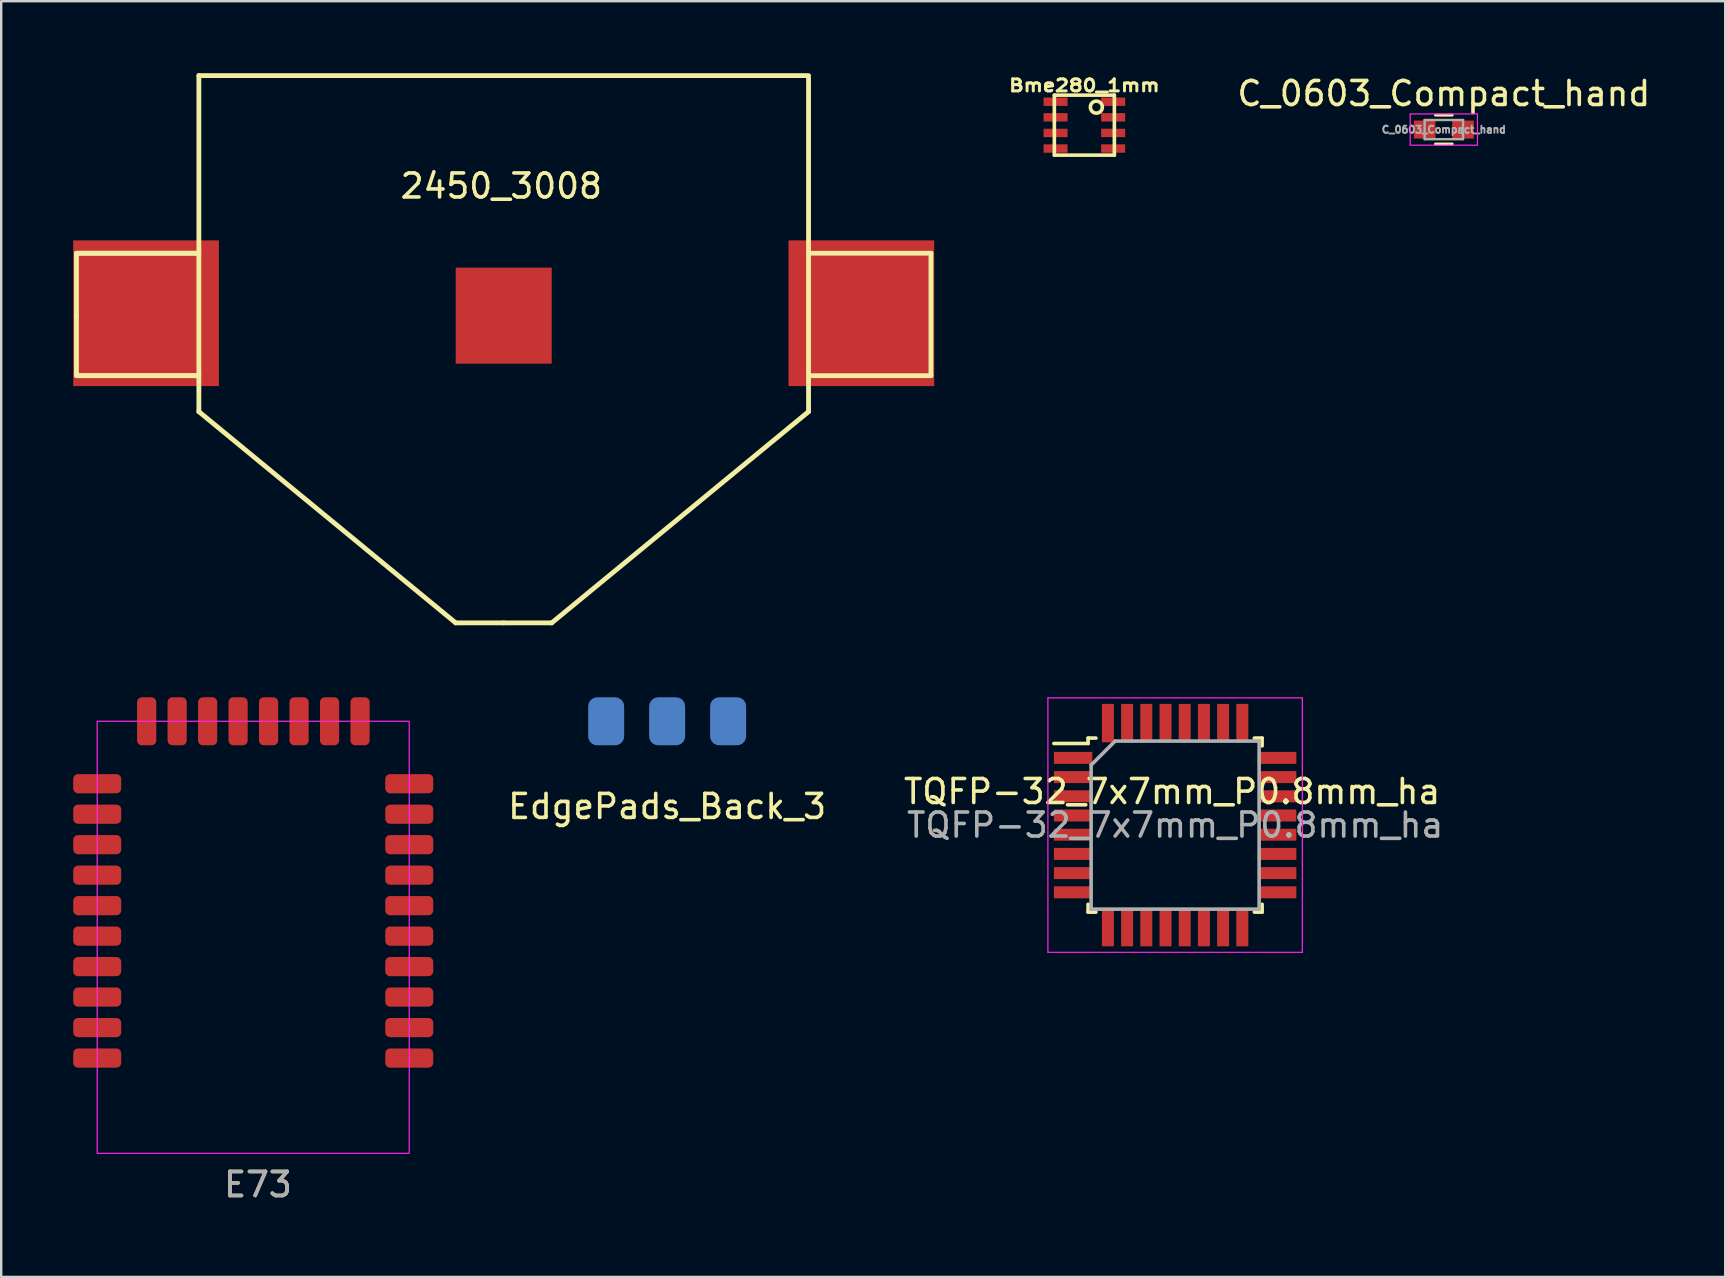
<source format=kicad_pcb>
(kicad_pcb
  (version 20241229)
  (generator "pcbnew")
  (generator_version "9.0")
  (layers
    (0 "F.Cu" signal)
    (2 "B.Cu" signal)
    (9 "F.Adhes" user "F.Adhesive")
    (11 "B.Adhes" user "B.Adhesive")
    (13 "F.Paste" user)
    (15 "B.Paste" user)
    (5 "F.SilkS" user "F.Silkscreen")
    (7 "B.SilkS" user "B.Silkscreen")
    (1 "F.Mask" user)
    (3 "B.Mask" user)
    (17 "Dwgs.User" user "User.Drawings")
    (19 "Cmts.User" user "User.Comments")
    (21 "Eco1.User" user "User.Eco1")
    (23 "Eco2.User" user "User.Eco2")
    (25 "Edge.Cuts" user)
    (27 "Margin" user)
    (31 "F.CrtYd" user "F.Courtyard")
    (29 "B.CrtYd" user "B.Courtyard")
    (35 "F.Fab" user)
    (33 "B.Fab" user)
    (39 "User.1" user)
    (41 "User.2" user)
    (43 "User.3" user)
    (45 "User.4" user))
  (footprint "Bme280_1mm"
    (layer "F.Cu")
    (at 42.126 2.163)
    (property "Reference" "Bme280_1mm" (at 0 -1.651 0) (layer "F.SilkS") (effects (font (size 0.5 0.6) (thickness 0.125))))
    (attr through_hole)
    (fp_line (start -1.25 -1.25) (end 1.25 -1.25) (stroke (width 0.15) (type solid)) (layer "F.SilkS"))
    (fp_line (start -1.25 1.25) (end -1.25 -1.25) (stroke (width 0.15) (type solid)) (layer "F.SilkS"))
    (fp_line (start 1.25 -1.25) (end 1.25 1.25) (stroke (width 0.15) (type solid)) (layer "F.SilkS"))
    (fp_line (start 1.25 1.25) (end -1.25 1.25) (stroke (width 0.15) (type solid)) (layer "F.SilkS"))
    (fp_circle (center 0.5 -0.75) (end 0.75 -0.75) (stroke (width 0.15) (type solid)) (fill no) (layer "F.SilkS"))
    (pad "1" smd rect (at 1.2 -0.975) (size 1 0.35) (layers "F.Cu" "F.Mask" "F.Paste"))
    (pad "2" smd rect (at 1.2 -0.325) (size 1 0.35) (layers "F.Cu" "F.Mask" "F.Paste"))
    (pad "3" smd rect (at 1.2 0.325) (size 1 0.35) (layers "F.Cu" "F.Mask" "F.Paste"))
    (pad "4" smd rect (at 1.2 0.975) (size 1 0.35) (layers "F.Cu" "F.Mask" "F.Paste"))
    (pad "5" smd rect (at -1.2 0.975) (size 1 0.35) (layers "F.Cu" "F.Mask" "F.Paste"))
    (pad "6" smd rect (at -1.2 0.325) (size 1 0.35) (layers "F.Cu" "F.Mask" "F.Paste"))
    (pad "7" smd rect (at -1.2 -0.325) (size 1 0.35) (layers "F.Cu" "F.Mask" "F.Paste"))
    (pad "8" smd rect (at -1.2 -0.975) (size 1 0.35) (layers "F.Cu" "F.Mask" "F.Paste")))
  (footprint "E73"
    (layer "F.Cu")
    (at 14 29.6)
    (property "Reference" "E73" (at -6.3 16.7 0) (unlocked yes) (layer "F.SilkS") (effects (font (size 1 1) (thickness 0.15))))
    (attr smd)
    (fp_rect (start -13 -2.6) (end 0 15.4) (stroke (width 0.05) (type solid)) (fill no) (layer "F.CrtYd"))
    (fp_text user "${REFERENCE}" (at -6.3 16.7 0) (unlocked yes) (layer "F.Fab") (effects (font (size 1 1) (thickness 0.15))))
    (pad "1" smd roundrect (at -13 0 270) (size 0.8 2) (layers "F.Cu" "F.Mask" "F.Paste") (roundrect_rratio 0.25))
    (pad "1" smd roundrect (at -13 1.27 270) (size 0.8 2) (layers "F.Cu" "F.Mask" "F.Paste") (roundrect_rratio 0.25))
    (pad "1" smd roundrect (at -13 2.54 270) (size 0.8 2) (layers "F.Cu" "F.Mask" "F.Paste") (roundrect_rratio 0.25))
    (pad "1" smd roundrect (at -13 3.81 270) (size 0.8 2) (layers "F.Cu" "F.Mask" "F.Paste") (roundrect_rratio 0.25))
    (pad "1" smd roundrect (at -13 5.08 270) (size 0.8 2) (layers "F.Cu" "F.Mask" "F.Paste") (roundrect_rratio 0.25))
    (pad "1" smd roundrect (at -13 6.35 270) (size 0.8 2) (layers "F.Cu" "F.Mask" "F.Paste") (roundrect_rratio 0.25))
    (pad "1" smd roundrect (at -13 7.62 270) (size 0.8 2) (layers "F.Cu" "F.Mask" "F.Paste") (roundrect_rratio 0.25))
    (pad "1" smd roundrect (at -13 8.89 270) (size 0.8 2) (layers "F.Cu" "F.Mask" "F.Paste") (roundrect_rratio 0.25))
    (pad "1" smd roundrect (at -13 10.16 270) (size 0.8 2) (layers "F.Cu" "F.Mask" "F.Paste") (roundrect_rratio 0.25))
    (pad "1" smd roundrect (at -13 11.43 270) (size 0.8 2) (layers "F.Cu" "F.Mask" "F.Paste") (roundrect_rratio 0.25))
    (pad "1" smd roundrect (at -10.94 -2.6 180) (size 0.8 2) (layers "F.Cu" "F.Mask" "F.Paste") (roundrect_rratio 0.25))
    (pad "1" smd roundrect (at -9.67 -2.6 180) (size 0.8 2) (layers "F.Cu" "F.Mask" "F.Paste") (roundrect_rratio 0.25))
    (pad "1" smd roundrect (at -8.4 -2.6 180) (size 0.8 2) (layers "F.Cu" "F.Mask" "F.Paste") (roundrect_rratio 0.25))
    (pad "1" smd roundrect (at -7.13 -2.6 180) (size 0.8 2) (layers "F.Cu" "F.Mask" "F.Paste") (roundrect_rratio 0.25))
    (pad "1" smd roundrect (at -5.86 -2.6 180) (size 0.8 2) (layers "F.Cu" "F.Mask" "F.Paste") (roundrect_rratio 0.25))
    (pad "1" smd roundrect (at -4.59 -2.6 180) (size 0.8 2) (layers "F.Cu" "F.Mask" "F.Paste") (roundrect_rratio 0.25))
    (pad "1" smd roundrect (at -3.32 -2.6 180) (size 0.8 2) (layers "F.Cu" "F.Mask" "F.Paste") (roundrect_rratio 0.25))
    (pad "1" smd roundrect (at -2.05 -2.6 180) (size 0.8 2) (layers "F.Cu" "F.Mask" "F.Paste") (roundrect_rratio 0.25))
    (pad "1" smd roundrect (at 0 0 270) (size 0.8 2) (layers "F.Cu" "F.Mask" "F.Paste") (roundrect_rratio 0.25))
    (pad "1" smd roundrect (at 0 1.27 270) (size 0.8 2) (layers "F.Cu" "F.Mask" "F.Paste") (roundrect_rratio 0.25))
    (pad "1" smd roundrect (at 0 2.54 270) (size 0.8 2) (layers "F.Cu" "F.Mask" "F.Paste") (roundrect_rratio 0.25))
    (pad "1" smd roundrect (at 0 3.81 270) (size 0.8 2) (layers "F.Cu" "F.Mask" "F.Paste") (roundrect_rratio 0.25))
    (pad "1" smd roundrect (at 0 5.08 270) (size 0.8 2) (layers "F.Cu" "F.Mask" "F.Paste") (roundrect_rratio 0.25))
    (pad "1" smd roundrect (at 0 6.35 270) (size 0.8 2) (layers "F.Cu" "F.Mask" "F.Paste") (roundrect_rratio 0.25))
    (pad "1" smd roundrect (at 0 11.43 270) (size 0.8 2) (layers "F.Cu" "F.Mask" "F.Paste") (roundrect_rratio 0.25))
    (pad "2" smd roundrect (at 0 10.16 270) (size 0.8 2) (layers "F.Cu" "F.Mask" "F.Paste") (roundrect_rratio 0.25))
    (pad "3" smd roundrect (at 0 8.89 270) (size 0.8 2) (layers "F.Cu" "F.Mask" "F.Paste") (roundrect_rratio 0.25))
    (pad "4" smd roundrect (at 0 7.62 270) (size 0.8 2) (layers "F.Cu" "F.Mask" "F.Paste") (roundrect_rratio 0.25)))
  (footprint "2450_3008"
    (layer "F.Cu")
    (at 17.935 10.1)
    (property "Reference" "2450_3008" (at -0.1 -5.4 0) (layer "F.SilkS") (effects (font (size 1 1) (thickness 0.15))))
    (attr through_hole)
    (fp_line (start -17.8 -2.6) (end -12.8 -2.6) (stroke (width 0.2) (type solid)) (layer "F.SilkS"))
    (fp_line (start -17.8 -2.6) (end -12.7 -2.6) (stroke (width 0.2) (type solid)) (layer "F.SilkS"))
    (fp_line (start -17.8 0) (end -17.8 -2.5) (stroke (width 0.2) (type solid)) (layer "F.SilkS"))
    (fp_line (start -17.8 0) (end -17.8 2.5) (stroke (width 0.2) (type solid)) (layer "F.SilkS"))
    (fp_line (start -17.8 2.5) (end -12.8 2.5) (stroke (width 0.2) (type solid)) (layer "F.SilkS"))
    (fp_line (start -17.7 2.5) (end -12.7 2.5) (stroke (width 0.2) (type solid)) (layer "F.SilkS"))
    (fp_line (start -12.7 -10) (end -12.7 4) (stroke (width 0.2) (type solid)) (layer "F.SilkS"))
    (fp_line (start -12.7 4) (end -2 12.8) (stroke (width 0.2) (type solid)) (layer "F.SilkS"))
    (fp_line (start 0 12.8) (end -2 12.8) (stroke (width 0.2) (type solid)) (layer "F.SilkS"))
    (fp_line (start 2 12.8) (end 0 12.8) (stroke (width 0.2) (type solid)) (layer "F.SilkS"))
    (fp_line (start 2 12.8) (end 12.7 4) (stroke (width 0.2) (type solid)) (layer "F.SilkS"))
    (fp_line (start 12.7 -10) (end -12.7 -10) (stroke (width 0.2) (type solid)) (layer "F.SilkS"))
    (fp_line (start 12.7 4) (end 12.7 -9.9) (stroke (width 0.2) (type solid)) (layer "F.SilkS"))
    (fp_line (start 17.8 -2.6) (end 12.7 -2.6) (stroke (width 0.2) (type solid)) (layer "F.SilkS"))
    (fp_line (start 17.8 -2.6) (end 17.8 2.5) (stroke (width 0.2) (type solid)) (layer "F.SilkS"))
    (fp_line (start 17.8 2.5) (end 12.7 2.5) (stroke (width 0.2) (type solid)) (layer "F.SilkS"))
    (pad "1" smd rect (at -14.9 -0.1) (size 6.07 6.07) (layers "F.Cu" "F.Mask" "F.Paste"))
    (pad "1" smd rect (at 14.9 -0.1) (size 6.07 6.07) (layers "F.Cu" "F.Mask" "F.Paste"))
    (pad "2" smd rect (at 0 0) (size 4 4) (layers "F.Cu" "F.Mask" "F.Paste")))
  (footprint "EdgePads_Back_3"
    (layer "F.Cu")
    (at 24.744 30.048)
    (property "Reference" "EdgePads_Back_3" (at 0 0.5 0) (layer "F.SilkS") (effects (font (size 1 1) (thickness 0.15))))
    (attr through_hole)
    (pad "1" connect roundrect (at -2.54 -3.048) (size 1.5 2) (layers "B.Cu" "B.Mask") (roundrect_rratio 0.25))
    (pad "2" connect roundrect (at 0 -3.048) (size 1.5 2) (layers "B.Cu" "B.Mask") (roundrect_rratio 0.25))
    (pad "3" connect roundrect (at 2.54 -3.048) (size 1.5 2) (layers "B.Cu" "B.Mask") (roundrect_rratio 0.25)))
  (footprint "TQFP-32_7x7mm_P0.8mm_ha"
    (layer "F.Cu")
    (at 45.907 31.325)
    (property "Reference" "TQFP-32_7x7mm_P0.8mm_ha" (at -0.127 -1.397 0) (layer "F.SilkS") (effects (font (size 1 1) (thickness 0.15))))
    (attr smd)
    (fp_line (start -3.625 -3.625) (end -3.625 -3.4) (stroke (width 0.15) (type solid)) (layer "F.SilkS"))
    (fp_line (start -3.625 -3.625) (end -3.3 -3.625) (stroke (width 0.15) (type solid)) (layer "F.SilkS"))
    (fp_line (start -3.625 -3.4) (end -5.05 -3.4) (stroke (width 0.15) (type solid)) (layer "F.SilkS"))
    (fp_line (start -3.625 3.625) (end -3.625 3.3) (stroke (width 0.15) (type solid)) (layer "F.SilkS"))
    (fp_line (start -3.625 3.625) (end -3.3 3.625) (stroke (width 0.15) (type solid)) (layer "F.SilkS"))
    (fp_line (start 3.625 -3.625) (end 3.3 -3.625) (stroke (width 0.15) (type solid)) (layer "F.SilkS"))
    (fp_line (start 3.625 -3.625) (end 3.625 -3.3) (stroke (width 0.15) (type solid)) (layer "F.SilkS"))
    (fp_line (start 3.625 3.625) (end 3.3 3.625) (stroke (width 0.15) (type solid)) (layer "F.SilkS"))
    (fp_line (start 3.625 3.625) (end 3.625 3.3) (stroke (width 0.15) (type solid)) (layer "F.SilkS"))
    (fp_line (start -5.3 -5.3) (end -5.3 5.3) (stroke (width 0.05) (type solid)) (layer "F.CrtYd"))
    (fp_line (start -5.3 -5.3) (end 5.3 -5.3) (stroke (width 0.05) (type solid)) (layer "F.CrtYd"))
    (fp_line (start -5.3 5.3) (end 5.3 5.3) (stroke (width 0.05) (type solid)) (layer "F.CrtYd"))
    (fp_line (start 5.3 -5.3) (end 5.3 5.3) (stroke (width 0.05) (type solid)) (layer "F.CrtYd"))
    (fp_line (start -3.5 -2.5) (end -2.5 -3.5) (stroke (width 0.15) (type solid)) (layer "F.Fab"))
    (fp_line (start -3.5 3.5) (end -3.5 -2.5) (stroke (width 0.15) (type solid)) (layer "F.Fab"))
    (fp_line (start -2.5 -3.5) (end 3.5 -3.5) (stroke (width 0.15) (type solid)) (layer "F.Fab"))
    (fp_line (start 3.5 -3.5) (end 3.5 3.5) (stroke (width 0.15) (type solid)) (layer "F.Fab"))
    (fp_line (start 3.5 3.5) (end -3.5 3.5) (stroke (width 0.15) (type solid)) (layer "F.Fab"))
    (fp_text user "${REFERENCE}" (at 0 0 0) (layer "F.Fab") (effects (font (size 1 1) (thickness 0.15))))
    (pad "1" smd rect (at -4.25 -2.8) (size 1.6 0.5) (layers "F.Cu" "F.Mask" "F.Paste"))
    (pad "2" smd rect (at -4.25 -2) (size 1.6 0.5) (layers "F.Cu" "F.Mask" "F.Paste"))
    (pad "3" smd rect (at -4.25 -1.2) (size 1.6 0.5) (layers "F.Cu" "F.Mask" "F.Paste"))
    (pad "4" smd rect (at -4.25 -0.4) (size 1.6 0.5) (layers "F.Cu" "F.Mask" "F.Paste"))
    (pad "5" smd rect (at -4.25 0.4) (size 1.6 0.5) (layers "F.Cu" "F.Mask" "F.Paste"))
    (pad "6" smd rect (at -4.25 1.2) (size 1.6 0.5) (layers "F.Cu" "F.Mask" "F.Paste"))
    (pad "7" smd rect (at -4.25 2) (size 1.6 0.5) (layers "F.Cu" "F.Mask" "F.Paste"))
    (pad "8" smd rect (at -4.25 2.8) (size 1.6 0.5) (layers "F.Cu" "F.Mask" "F.Paste"))
    (pad "9" smd rect (at -2.8 4.25 90) (size 1.6 0.5) (layers "F.Cu" "F.Mask" "F.Paste"))
    (pad "10" smd rect (at -2 4.25 90) (size 1.6 0.5) (layers "F.Cu" "F.Mask" "F.Paste"))
    (pad "11" smd rect (at -1.2 4.25 90) (size 1.6 0.5) (layers "F.Cu" "F.Mask" "F.Paste"))
    (pad "12" smd rect (at -0.4 4.25 90) (size 1.6 0.5) (layers "F.Cu" "F.Mask" "F.Paste"))
    (pad "13" smd rect (at 0.4 4.25 90) (size 1.6 0.5) (layers "F.Cu" "F.Mask" "F.Paste"))
    (pad "14" smd rect (at 1.2 4.25 90) (size 1.6 0.5) (layers "F.Cu" "F.Mask" "F.Paste"))
    (pad "15" smd rect (at 2 4.25 90) (size 1.6 0.5) (layers "F.Cu" "F.Mask" "F.Paste"))
    (pad "16" smd rect (at 2.8 4.25 90) (size 1.6 0.5) (layers "F.Cu" "F.Mask" "F.Paste"))
    (pad "17" smd rect (at 4.25 2.8) (size 1.6 0.5) (layers "F.Cu" "F.Mask" "F.Paste"))
    (pad "18" smd rect (at 4.25 2) (size 1.6 0.5) (layers "F.Cu" "F.Mask" "F.Paste"))
    (pad "19" smd rect (at 4.25 1.2) (size 1.6 0.5) (layers "F.Cu" "F.Mask" "F.Paste"))
    (pad "20" smd rect (at 4.25 0.4) (size 1.6 0.5) (layers "F.Cu" "F.Mask" "F.Paste"))
    (pad "21" smd rect (at 4.25 -0.4) (size 1.6 0.5) (layers "F.Cu" "F.Mask" "F.Paste"))
    (pad "22" smd rect (at 4.25 -1.2) (size 1.6 0.5) (layers "F.Cu" "F.Mask" "F.Paste"))
    (pad "23" smd rect (at 4.25 -2) (size 1.6 0.5) (layers "F.Cu" "F.Mask" "F.Paste"))
    (pad "24" smd rect (at 4.25 -2.8) (size 1.6 0.5) (layers "F.Cu" "F.Mask" "F.Paste"))
    (pad "25" smd rect (at 2.8 -4.25 90) (size 1.6 0.5) (layers "F.Cu" "F.Mask" "F.Paste"))
    (pad "26" smd rect (at 2 -4.25 90) (size 1.6 0.5) (layers "F.Cu" "F.Mask" "F.Paste"))
    (pad "27" smd rect (at 1.2 -4.25 90) (size 1.6 0.5) (layers "F.Cu" "F.Mask" "F.Paste"))
    (pad "28" smd rect (at 0.4 -4.25 90) (size 1.6 0.5) (layers "F.Cu" "F.Mask" "F.Paste"))
    (pad "29" smd rect (at -0.4 -4.25 90) (size 1.6 0.5) (layers "F.Cu" "F.Mask" "F.Paste"))
    (pad "30" smd rect (at -1.2 -4.25 90) (size 1.6 0.5) (layers "F.Cu" "F.Mask" "F.Paste"))
    (pad "31" smd rect (at -2 -4.25 90) (size 1.6 0.5) (layers "F.Cu" "F.Mask" "F.Paste"))
    (pad "32" smd rect (at -2.8 -4.25 90) (size 1.6 0.5) (layers "F.Cu" "F.Mask" "F.Paste")))
  (footprint "C_0603_Compact_hand"
    (layer "F.Cu")
    (at 57.102 2.348)
    (property "Reference" "C_0603_Compact_hand" (at 0 -1.5 0) (layer "F.SilkS") (effects (font (size 1 1) (thickness 0.15))))
    (attr smd)
    (fp_line (start -0.35 -0.6) (end 0.35 -0.6) (stroke (width 0.12) (type solid)) (layer "F.SilkS"))
    (fp_line (start 0.35 0.6) (end -0.35 0.6) (stroke (width 0.12) (type solid)) (layer "F.SilkS"))
    (fp_line (start -1.4 -0.65) (end -1.4 0.65) (stroke (width 0.05) (type solid)) (layer "F.CrtYd"))
    (fp_line (start -1.4 -0.65) (end 1.4 -0.65) (stroke (width 0.05) (type solid)) (layer "F.CrtYd"))
    (fp_line (start 1.4 0.65) (end -1.4 0.65) (stroke (width 0.05) (type solid)) (layer "F.CrtYd"))
    (fp_line (start 1.4 0.65) (end 1.4 -0.65) (stroke (width 0.05) (type solid)) (layer "F.CrtYd"))
    (fp_line (start -0.8 -0.4) (end 0.8 -0.4) (stroke (width 0.1) (type solid)) (layer "F.Fab"))
    (fp_line (start -0.8 0.4) (end -0.8 -0.4) (stroke (width 0.1) (type solid)) (layer "F.Fab"))
    (fp_line (start 0.8 -0.4) (end 0.8 0.4) (stroke (width 0.1) (type solid)) (layer "F.Fab"))
    (fp_line (start 0.8 0.4) (end -0.8 0.4) (stroke (width 0.1) (type solid)) (layer "F.Fab"))
    (fp_text user "${REFERENCE}" (at 0 0 0) (layer "F.Fab") (effects (font (size 0.3 0.3) (thickness 0.075))))
    (pad "1" smd rect (at -0.8 0) (size 0.9 0.75) (layers "F.Cu" "F.Mask" "F.Paste"))
    (pad "2" smd rect (at 0.8 0) (size 0.9 0.75) (layers "F.Cu" "F.Mask" "F.Paste")))
  (gr_rect
    (start -3 -3)
    (end 68.823 50.148)
    (stroke (width 0.1) (type default))
    (fill no)
    (layer "Edge.Cuts")))
</source>
